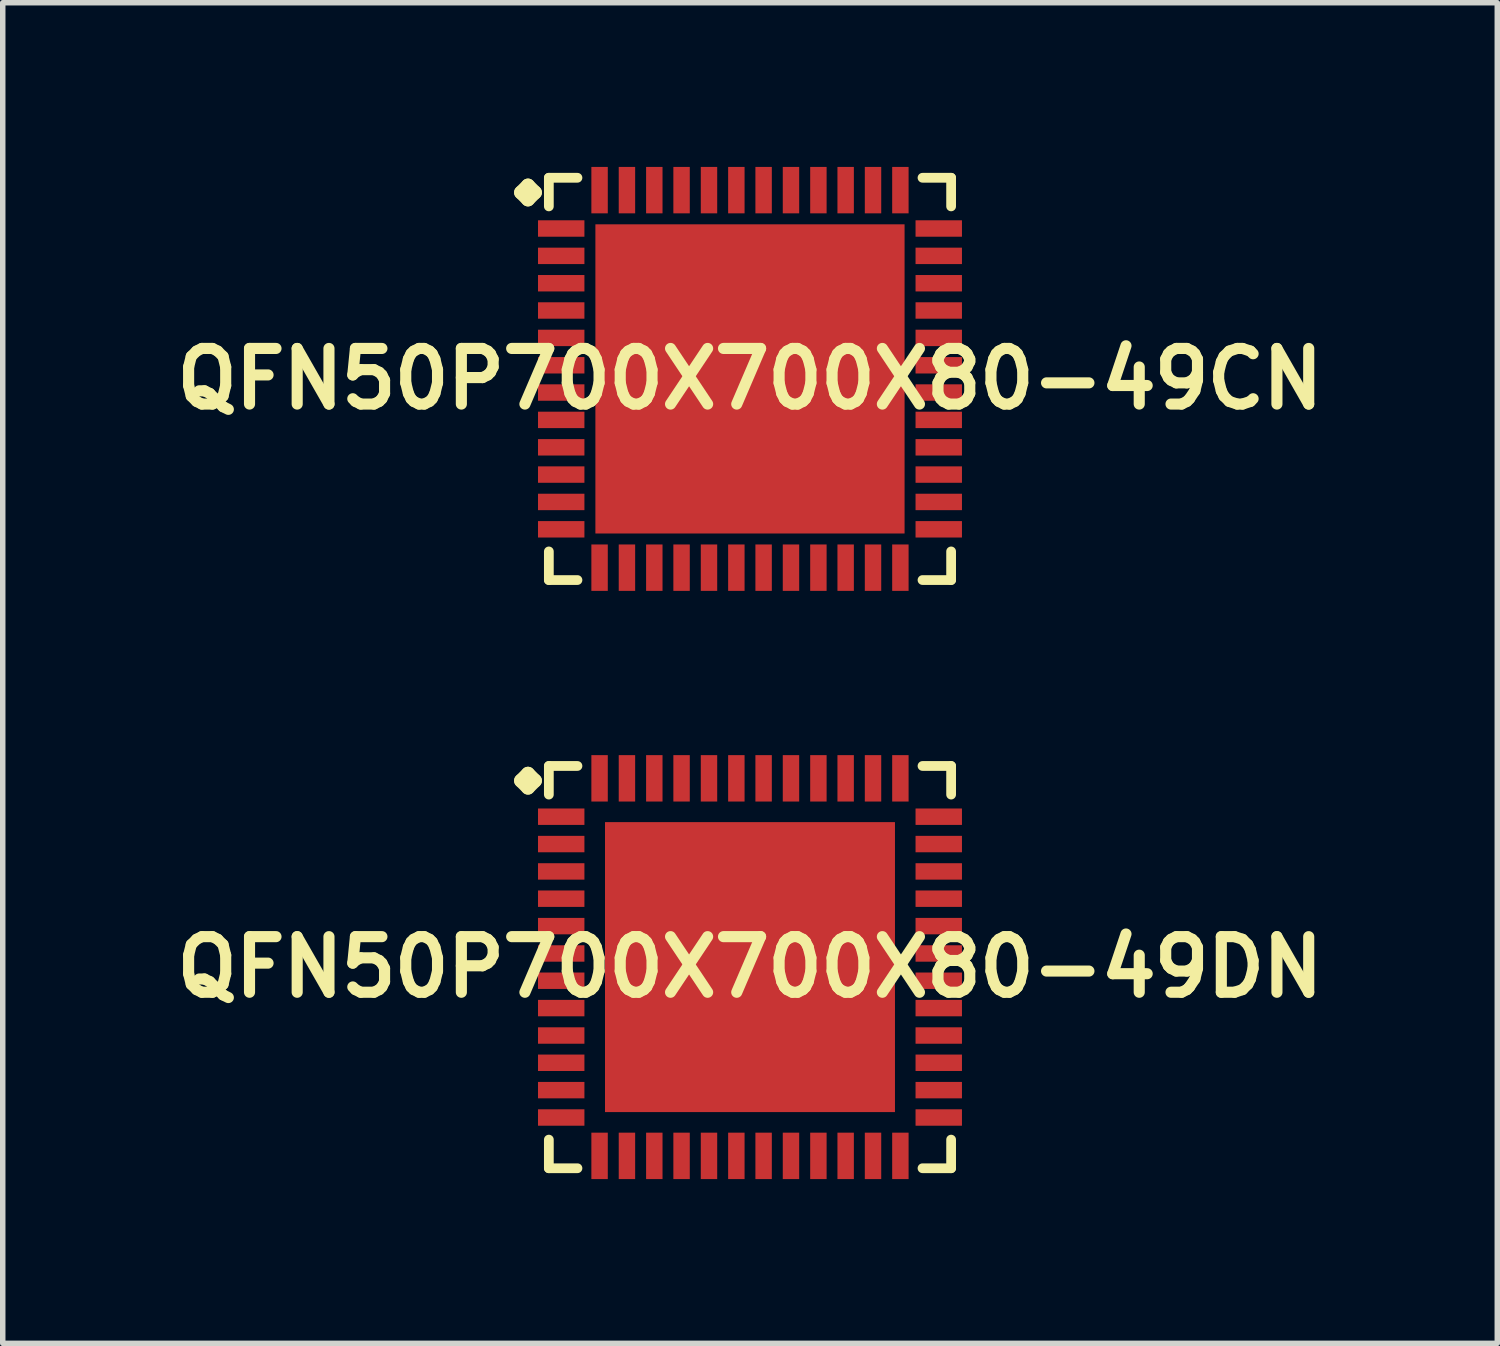
<source format=kicad_pcb>
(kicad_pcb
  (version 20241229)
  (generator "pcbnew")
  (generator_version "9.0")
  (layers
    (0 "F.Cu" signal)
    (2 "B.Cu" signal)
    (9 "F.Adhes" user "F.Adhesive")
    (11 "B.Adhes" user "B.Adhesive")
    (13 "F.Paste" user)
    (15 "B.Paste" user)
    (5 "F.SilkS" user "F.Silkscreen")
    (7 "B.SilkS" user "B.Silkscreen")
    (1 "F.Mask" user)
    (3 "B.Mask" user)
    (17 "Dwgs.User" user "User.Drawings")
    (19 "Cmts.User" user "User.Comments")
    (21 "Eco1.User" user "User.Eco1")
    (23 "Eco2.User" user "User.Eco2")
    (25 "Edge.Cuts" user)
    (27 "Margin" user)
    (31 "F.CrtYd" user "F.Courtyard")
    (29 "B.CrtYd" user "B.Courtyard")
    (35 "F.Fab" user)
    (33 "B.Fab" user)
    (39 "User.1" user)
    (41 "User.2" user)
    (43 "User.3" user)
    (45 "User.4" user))
  (footprint "QFN50P700X700X80-49DN"
    (layer "F.Cu")
    (at 10.653 14.62)
    (property "Reference" "QFN50P700X700X80-49DN" (at 0 0 0) (layer "F.SilkS") (effects (font (size 1.016 1.016) (thickness 0.203))))
    (attr smd)
    (fp_line (start -4.183 -3.406) (end -4.056 -3.533) (stroke (width 0.254) (type solid)) (layer "F.SilkS"))
    (fp_line (start -4.056 -3.533) (end -3.929 -3.406) (stroke (width 0.254) (type solid)) (layer "F.SilkS"))
    (fp_line (start -4.056 -3.279) (end -4.183 -3.406) (stroke (width 0.254) (type solid)) (layer "F.SilkS"))
    (fp_line (start -3.929 -3.406) (end -4.056 -3.279) (stroke (width 0.254) (type solid)) (layer "F.SilkS"))
    (fp_line (start -3.675 -3.675) (end -3.152 -3.675) (stroke (width 0.178) (type solid)) (layer "F.SilkS"))
    (fp_line (start -3.675 -3.152) (end -3.675 -3.675) (stroke (width 0.178) (type solid)) (layer "F.SilkS"))
    (fp_line (start -3.675 3.152) (end -3.675 3.675) (stroke (width 0.178) (type solid)) (layer "F.SilkS"))
    (fp_line (start -3.675 3.675) (end -3.152 3.675) (stroke (width 0.178) (type solid)) (layer "F.SilkS"))
    (fp_line (start 3.152 -3.675) (end 3.675 -3.675) (stroke (width 0.178) (type solid)) (layer "F.SilkS"))
    (fp_line (start 3.152 3.675) (end 3.675 3.675) (stroke (width 0.178) (type solid)) (layer "F.SilkS"))
    (fp_line (start 3.675 -3.675) (end 3.675 -3.152) (stroke (width 0.178) (type solid)) (layer "F.SilkS"))
    (fp_line (start 3.675 3.675) (end 3.675 3.152) (stroke (width 0.178) (type solid)) (layer "F.SilkS"))
    (pad "1" smd rect (at -3.449 -2.748) (size 0.848 0.3) (layers "F.Cu" "F.Mask" "F.Paste"))
    (pad "2" smd rect (at -3.449 -2.248) (size 0.848 0.3) (layers "F.Cu" "F.Mask" "F.Paste"))
    (pad "3" smd rect (at -3.449 -1.748) (size 0.848 0.3) (layers "F.Cu" "F.Mask" "F.Paste"))
    (pad "4" smd rect (at -3.449 -1.25) (size 0.848 0.3) (layers "F.Cu" "F.Mask" "F.Paste"))
    (pad "5" smd rect (at -3.449 -0.749) (size 0.848 0.3) (layers "F.Cu" "F.Mask" "F.Paste"))
    (pad "6" smd rect (at -3.449 -0.249) (size 0.848 0.3) (layers "F.Cu" "F.Mask" "F.Paste"))
    (pad "7" smd rect (at -3.449 0.249) (size 0.848 0.3) (layers "F.Cu" "F.Mask" "F.Paste"))
    (pad "8" smd rect (at -3.449 0.749) (size 0.848 0.3) (layers "F.Cu" "F.Mask" "F.Paste"))
    (pad "9" smd rect (at -3.449 1.25) (size 0.848 0.3) (layers "F.Cu" "F.Mask" "F.Paste"))
    (pad "10" smd rect (at -3.449 1.748) (size 0.848 0.3) (layers "F.Cu" "F.Mask" "F.Paste"))
    (pad "11" smd rect (at -3.449 2.248) (size 0.848 0.3) (layers "F.Cu" "F.Mask" "F.Paste"))
    (pad "12" smd rect (at -3.449 2.748) (size 0.848 0.3) (layers "F.Cu" "F.Mask" "F.Paste"))
    (pad "13" smd rect (at -2.748 3.449) (size 0.3 0.848) (layers "F.Cu" "F.Mask" "F.Paste"))
    (pad "14" smd rect (at -2.248 3.449) (size 0.3 0.848) (layers "F.Cu" "F.Mask" "F.Paste"))
    (pad "15" smd rect (at -1.748 3.449) (size 0.3 0.848) (layers "F.Cu" "F.Mask" "F.Paste"))
    (pad "16" smd rect (at -1.25 3.449) (size 0.3 0.848) (layers "F.Cu" "F.Mask" "F.Paste"))
    (pad "17" smd rect (at -0.749 3.449) (size 0.3 0.848) (layers "F.Cu" "F.Mask" "F.Paste"))
    (pad "18" smd rect (at -0.249 3.449) (size 0.3 0.848) (layers "F.Cu" "F.Mask" "F.Paste"))
    (pad "19" smd rect (at 0.249 3.449) (size 0.3 0.848) (layers "F.Cu" "F.Mask" "F.Paste"))
    (pad "20" smd rect (at 0.749 3.449) (size 0.3 0.848) (layers "F.Cu" "F.Mask" "F.Paste"))
    (pad "21" smd rect (at 1.25 3.449) (size 0.3 0.848) (layers "F.Cu" "F.Mask" "F.Paste"))
    (pad "22" smd rect (at 1.748 3.449) (size 0.3 0.848) (layers "F.Cu" "F.Mask" "F.Paste"))
    (pad "23" smd rect (at 2.248 3.449) (size 0.3 0.848) (layers "F.Cu" "F.Mask" "F.Paste"))
    (pad "24" smd rect (at 2.748 3.449) (size 0.3 0.848) (layers "F.Cu" "F.Mask" "F.Paste"))
    (pad "25" smd rect (at 3.449 2.748) (size 0.848 0.3) (layers "F.Cu" "F.Mask" "F.Paste"))
    (pad "26" smd rect (at 3.449 2.248) (size 0.848 0.3) (layers "F.Cu" "F.Mask" "F.Paste"))
    (pad "27" smd rect (at 3.449 1.748) (size 0.848 0.3) (layers "F.Cu" "F.Mask" "F.Paste"))
    (pad "28" smd rect (at 3.449 1.25) (size 0.848 0.3) (layers "F.Cu" "F.Mask" "F.Paste"))
    (pad "29" smd rect (at 3.449 0.749) (size 0.848 0.3) (layers "F.Cu" "F.Mask" "F.Paste"))
    (pad "30" smd rect (at 3.449 0.249) (size 0.848 0.3) (layers "F.Cu" "F.Mask" "F.Paste"))
    (pad "31" smd rect (at 3.449 -0.249) (size 0.848 0.3) (layers "F.Cu" "F.Mask" "F.Paste"))
    (pad "32" smd rect (at 3.449 -0.749) (size 0.848 0.3) (layers "F.Cu" "F.Mask" "F.Paste"))
    (pad "33" smd rect (at 3.449 -1.25) (size 0.848 0.3) (layers "F.Cu" "F.Mask" "F.Paste"))
    (pad "34" smd rect (at 3.449 -1.748) (size 0.848 0.3) (layers "F.Cu" "F.Mask" "F.Paste"))
    (pad "35" smd rect (at 3.449 -2.248) (size 0.848 0.3) (layers "F.Cu" "F.Mask" "F.Paste"))
    (pad "36" smd rect (at 3.449 -2.748) (size 0.848 0.3) (layers "F.Cu" "F.Mask" "F.Paste"))
    (pad "37" smd rect (at 2.748 -3.449) (size 0.3 0.848) (layers "F.Cu" "F.Mask" "F.Paste"))
    (pad "38" smd rect (at 2.248 -3.449) (size 0.3 0.848) (layers "F.Cu" "F.Mask" "F.Paste"))
    (pad "39" smd rect (at 1.748 -3.449) (size 0.3 0.848) (layers "F.Cu" "F.Mask" "F.Paste"))
    (pad "40" smd rect (at 1.25 -3.449) (size 0.3 0.848) (layers "F.Cu" "F.Mask" "F.Paste"))
    (pad "41" smd rect (at 0.749 -3.449) (size 0.3 0.848) (layers "F.Cu" "F.Mask" "F.Paste"))
    (pad "42" smd rect (at 0.249 -3.449) (size 0.3 0.848) (layers "F.Cu" "F.Mask" "F.Paste"))
    (pad "43" smd rect (at -0.249 -3.449) (size 0.3 0.848) (layers "F.Cu" "F.Mask" "F.Paste"))
    (pad "44" smd rect (at -0.749 -3.449) (size 0.3 0.848) (layers "F.Cu" "F.Mask" "F.Paste"))
    (pad "45" smd rect (at -1.25 -3.449) (size 0.3 0.848) (layers "F.Cu" "F.Mask" "F.Paste"))
    (pad "46" smd rect (at -1.748 -3.449) (size 0.3 0.848) (layers "F.Cu" "F.Mask" "F.Paste"))
    (pad "47" smd rect (at -2.248 -3.449) (size 0.3 0.848) (layers "F.Cu" "F.Mask" "F.Paste"))
    (pad "48" smd rect (at -2.748 -3.449) (size 0.3 0.848) (layers "F.Cu" "F.Mask" "F.Paste"))
    (pad "49" smd rect (at 0 0) (size 5.298 5.298) (layers "F.Cu" "F.Mask" "F.Paste")))
  (footprint "QFN50P700X700X80-49CN"
    (layer "F.Cu")
    (at 10.653 3.873)
    (property "Reference" "QFN50P700X700X80-49CN" (at 0 0 0) (layer "F.SilkS") (effects (font (size 1.016 1.016) (thickness 0.203))))
    (attr smd)
    (fp_line (start -4.183 -3.406) (end -4.056 -3.533) (stroke (width 0.254) (type solid)) (layer "F.SilkS"))
    (fp_line (start -4.056 -3.533) (end -3.929 -3.406) (stroke (width 0.254) (type solid)) (layer "F.SilkS"))
    (fp_line (start -4.056 -3.279) (end -4.183 -3.406) (stroke (width 0.254) (type solid)) (layer "F.SilkS"))
    (fp_line (start -3.929 -3.406) (end -4.056 -3.279) (stroke (width 0.254) (type solid)) (layer "F.SilkS"))
    (fp_line (start -3.675 -3.675) (end -3.152 -3.675) (stroke (width 0.178) (type solid)) (layer "F.SilkS"))
    (fp_line (start -3.675 -3.152) (end -3.675 -3.675) (stroke (width 0.178) (type solid)) (layer "F.SilkS"))
    (fp_line (start -3.675 3.152) (end -3.675 3.675) (stroke (width 0.178) (type solid)) (layer "F.SilkS"))
    (fp_line (start -3.675 3.675) (end -3.152 3.675) (stroke (width 0.178) (type solid)) (layer "F.SilkS"))
    (fp_line (start 3.152 -3.675) (end 3.675 -3.675) (stroke (width 0.178) (type solid)) (layer "F.SilkS"))
    (fp_line (start 3.152 3.675) (end 3.675 3.675) (stroke (width 0.178) (type solid)) (layer "F.SilkS"))
    (fp_line (start 3.675 -3.675) (end 3.675 -3.152) (stroke (width 0.178) (type solid)) (layer "F.SilkS"))
    (fp_line (start 3.675 3.675) (end 3.675 3.152) (stroke (width 0.178) (type solid)) (layer "F.SilkS"))
    (pad "1" smd rect (at -3.449 -2.748) (size 0.848 0.3) (layers "F.Cu" "F.Mask" "F.Paste"))
    (pad "2" smd rect (at -3.449 -2.248) (size 0.848 0.3) (layers "F.Cu" "F.Mask" "F.Paste"))
    (pad "3" smd rect (at -3.449 -1.748) (size 0.848 0.3) (layers "F.Cu" "F.Mask" "F.Paste"))
    (pad "4" smd rect (at -3.449 -1.25) (size 0.848 0.3) (layers "F.Cu" "F.Mask" "F.Paste"))
    (pad "5" smd rect (at -3.449 -0.749) (size 0.848 0.3) (layers "F.Cu" "F.Mask" "F.Paste"))
    (pad "6" smd rect (at -3.449 -0.249) (size 0.848 0.3) (layers "F.Cu" "F.Mask" "F.Paste"))
    (pad "7" smd rect (at -3.449 0.249) (size 0.848 0.3) (layers "F.Cu" "F.Mask" "F.Paste"))
    (pad "8" smd rect (at -3.449 0.749) (size 0.848 0.3) (layers "F.Cu" "F.Mask" "F.Paste"))
    (pad "9" smd rect (at -3.449 1.25) (size 0.848 0.3) (layers "F.Cu" "F.Mask" "F.Paste"))
    (pad "10" smd rect (at -3.449 1.748) (size 0.848 0.3) (layers "F.Cu" "F.Mask" "F.Paste"))
    (pad "11" smd rect (at -3.449 2.248) (size 0.848 0.3) (layers "F.Cu" "F.Mask" "F.Paste"))
    (pad "12" smd rect (at -3.449 2.748) (size 0.848 0.3) (layers "F.Cu" "F.Mask" "F.Paste"))
    (pad "13" smd rect (at -2.748 3.449) (size 0.3 0.848) (layers "F.Cu" "F.Mask" "F.Paste"))
    (pad "14" smd rect (at -2.248 3.449) (size 0.3 0.848) (layers "F.Cu" "F.Mask" "F.Paste"))
    (pad "15" smd rect (at -1.748 3.449) (size 0.3 0.848) (layers "F.Cu" "F.Mask" "F.Paste"))
    (pad "16" smd rect (at -1.25 3.449) (size 0.3 0.848) (layers "F.Cu" "F.Mask" "F.Paste"))
    (pad "17" smd rect (at -0.749 3.449) (size 0.3 0.848) (layers "F.Cu" "F.Mask" "F.Paste"))
    (pad "18" smd rect (at -0.249 3.449) (size 0.3 0.848) (layers "F.Cu" "F.Mask" "F.Paste"))
    (pad "19" smd rect (at 0.249 3.449) (size 0.3 0.848) (layers "F.Cu" "F.Mask" "F.Paste"))
    (pad "20" smd rect (at 0.749 3.449) (size 0.3 0.848) (layers "F.Cu" "F.Mask" "F.Paste"))
    (pad "21" smd rect (at 1.25 3.449) (size 0.3 0.848) (layers "F.Cu" "F.Mask" "F.Paste"))
    (pad "22" smd rect (at 1.748 3.449) (size 0.3 0.848) (layers "F.Cu" "F.Mask" "F.Paste"))
    (pad "23" smd rect (at 2.248 3.449) (size 0.3 0.848) (layers "F.Cu" "F.Mask" "F.Paste"))
    (pad "24" smd rect (at 2.748 3.449) (size 0.3 0.848) (layers "F.Cu" "F.Mask" "F.Paste"))
    (pad "25" smd rect (at 3.449 2.748) (size 0.848 0.3) (layers "F.Cu" "F.Mask" "F.Paste"))
    (pad "26" smd rect (at 3.449 2.248) (size 0.848 0.3) (layers "F.Cu" "F.Mask" "F.Paste"))
    (pad "27" smd rect (at 3.449 1.748) (size 0.848 0.3) (layers "F.Cu" "F.Mask" "F.Paste"))
    (pad "28" smd rect (at 3.449 1.25) (size 0.848 0.3) (layers "F.Cu" "F.Mask" "F.Paste"))
    (pad "29" smd rect (at 3.449 0.749) (size 0.848 0.3) (layers "F.Cu" "F.Mask" "F.Paste"))
    (pad "30" smd rect (at 3.449 0.249) (size 0.848 0.3) (layers "F.Cu" "F.Mask" "F.Paste"))
    (pad "31" smd rect (at 3.449 -0.249) (size 0.848 0.3) (layers "F.Cu" "F.Mask" "F.Paste"))
    (pad "32" smd rect (at 3.449 -0.749) (size 0.848 0.3) (layers "F.Cu" "F.Mask" "F.Paste"))
    (pad "33" smd rect (at 3.449 -1.25) (size 0.848 0.3) (layers "F.Cu" "F.Mask" "F.Paste"))
    (pad "34" smd rect (at 3.449 -1.748) (size 0.848 0.3) (layers "F.Cu" "F.Mask" "F.Paste"))
    (pad "35" smd rect (at 3.449 -2.248) (size 0.848 0.3) (layers "F.Cu" "F.Mask" "F.Paste"))
    (pad "36" smd rect (at 3.449 -2.748) (size 0.848 0.3) (layers "F.Cu" "F.Mask" "F.Paste"))
    (pad "37" smd rect (at 2.748 -3.449) (size 0.3 0.848) (layers "F.Cu" "F.Mask" "F.Paste"))
    (pad "38" smd rect (at 2.248 -3.449) (size 0.3 0.848) (layers "F.Cu" "F.Mask" "F.Paste"))
    (pad "39" smd rect (at 1.748 -3.449) (size 0.3 0.848) (layers "F.Cu" "F.Mask" "F.Paste"))
    (pad "40" smd rect (at 1.25 -3.449) (size 0.3 0.848) (layers "F.Cu" "F.Mask" "F.Paste"))
    (pad "41" smd rect (at 0.749 -3.449) (size 0.3 0.848) (layers "F.Cu" "F.Mask" "F.Paste"))
    (pad "42" smd rect (at 0.249 -3.449) (size 0.3 0.848) (layers "F.Cu" "F.Mask" "F.Paste"))
    (pad "43" smd rect (at -0.249 -3.449) (size 0.3 0.848) (layers "F.Cu" "F.Mask" "F.Paste"))
    (pad "44" smd rect (at -0.749 -3.449) (size 0.3 0.848) (layers "F.Cu" "F.Mask" "F.Paste"))
    (pad "45" smd rect (at -1.25 -3.449) (size 0.3 0.848) (layers "F.Cu" "F.Mask" "F.Paste"))
    (pad "46" smd rect (at -1.748 -3.449) (size 0.3 0.848) (layers "F.Cu" "F.Mask" "F.Paste"))
    (pad "47" smd rect (at -2.248 -3.449) (size 0.3 0.848) (layers "F.Cu" "F.Mask" "F.Paste"))
    (pad "48" smd rect (at -2.748 -3.449) (size 0.3 0.848) (layers "F.Cu" "F.Mask" "F.Paste"))
    (pad "49" smd rect (at 0 0) (size 5.649 5.649) (layers "F.Cu" "F.Mask" "F.Paste")))
  (gr_rect
    (start -3 -3)
    (end 24.307 21.494)
    (stroke (width 0.1) (type default))
    (fill no)
    (layer "Edge.Cuts")))
</source>
